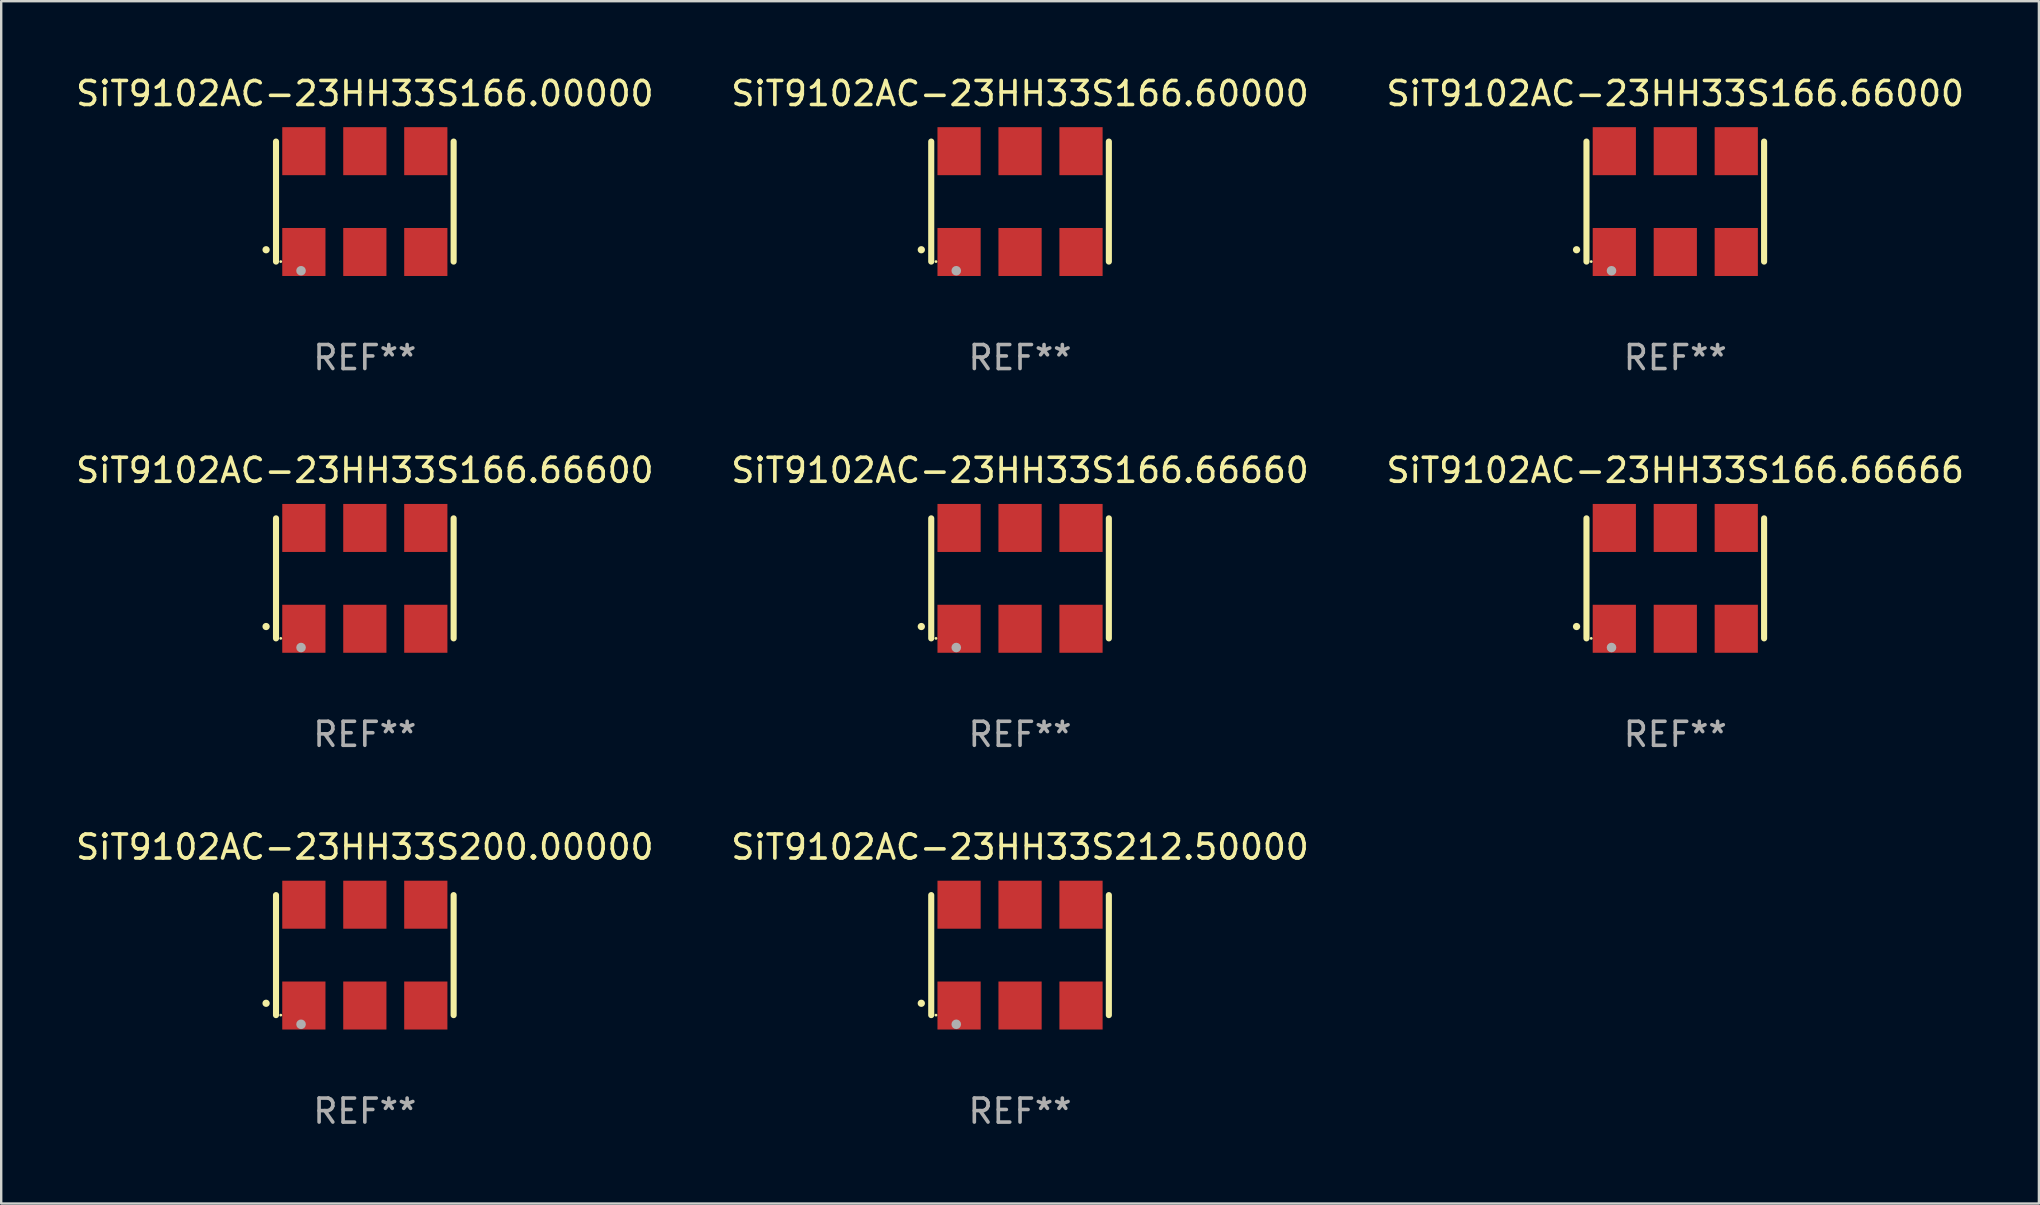
<source format=kicad_pcb>
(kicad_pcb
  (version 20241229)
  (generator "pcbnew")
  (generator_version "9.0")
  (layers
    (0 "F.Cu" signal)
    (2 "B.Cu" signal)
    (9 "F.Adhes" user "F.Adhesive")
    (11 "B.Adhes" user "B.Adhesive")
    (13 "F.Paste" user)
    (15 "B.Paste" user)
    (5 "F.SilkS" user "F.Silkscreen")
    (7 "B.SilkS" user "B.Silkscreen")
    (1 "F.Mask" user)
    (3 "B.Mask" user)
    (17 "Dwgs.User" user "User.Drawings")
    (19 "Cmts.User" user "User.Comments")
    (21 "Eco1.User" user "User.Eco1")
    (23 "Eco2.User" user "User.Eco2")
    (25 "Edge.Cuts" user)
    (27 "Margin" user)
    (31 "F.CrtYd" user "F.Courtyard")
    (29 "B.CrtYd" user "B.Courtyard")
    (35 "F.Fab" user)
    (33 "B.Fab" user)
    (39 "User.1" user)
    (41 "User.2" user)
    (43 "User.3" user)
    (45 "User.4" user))
  (footprint "SiT9102AC-23HH33S166.60000"
    (layer "F.Cu")
    (at 39.446 5.348)
    (property "Reference" "SiT9102AC-23HH33S166.60000" (at 0 -4.5 0) (layer "F.SilkS") (effects (font (size 1 1) (thickness 0.15))))
    (attr through_hole)
    (fp_line (start -3.7 -2.5) (end -3.7 2.5) (stroke (width 0.254) (type solid)) (layer "F.SilkS"))
    (fp_line (start 3.7 -2.5) (end 3.7 2.5) (stroke (width 0.254) (type solid)) (layer "F.SilkS"))
    (fp_arc (start -4.114415 2.006604) (mid -4.113145 2.006599) (end -4.111875 2.006604) (stroke (width 0.3) (type solid)) (layer "F.SilkS"))
    (fp_circle (center -3.502 2.5) (end -3.472 2.5) (stroke (width 0.06) (type solid)) (fill no) (layer "F.SilkS"))
    (fp_circle (center -2.657 2.882) (end -2.557 2.882) (stroke (width 0.2) (type solid)) (fill no) (layer "F.Fab"))
    (fp_text user "REF**" (at 0 6.5 0) (layer "F.Fab") (effects (font (size 1 1) (thickness 0.15))))
    (pad "1" smd rect (at -2.54 2.1) (size 1.8 2) (layers "F.Cu" "F.Mask" "F.Paste"))
    (pad "2" smd rect (at 0.000394 2.1) (size 1.8 2) (layers "F.Cu" "F.Mask" "F.Paste"))
    (pad "3" smd rect (at 2.54 2.1) (size 1.8 2) (layers "F.Cu" "F.Mask" "F.Paste"))
    (pad "4" smd rect (at 2.54 -2.1) (size 1.8 2) (layers "F.Cu" "F.Mask" "F.Paste"))
    (pad "5" smd rect (at 0.000394 -2.1) (size 1.8 2) (layers "F.Cu" "F.Mask" "F.Paste"))
    (pad "6" smd rect (at -2.54 -2.1) (size 1.8 2) (layers "F.Cu" "F.Mask" "F.Paste")))
  (footprint "SiT9102AC-23HH33S200.00000"
    (layer "F.Cu")
    (at 12.149 36.741)
    (property "Reference" "SiT9102AC-23HH33S200.00000" (at 0 -4.5 0) (layer "F.SilkS") (effects (font (size 1 1) (thickness 0.15))))
    (attr through_hole)
    (fp_line (start -3.7 -2.5) (end -3.7 2.5) (stroke (width 0.254) (type solid)) (layer "F.SilkS"))
    (fp_line (start 3.7 -2.5) (end 3.7 2.5) (stroke (width 0.254) (type solid)) (layer "F.SilkS"))
    (fp_arc (start -4.114415 2.006604) (mid -4.113145 2.006599) (end -4.111875 2.006604) (stroke (width 0.3) (type solid)) (layer "F.SilkS"))
    (fp_circle (center -3.502 2.5) (end -3.472 2.5) (stroke (width 0.06) (type solid)) (fill no) (layer "F.SilkS"))
    (fp_circle (center -2.657 2.882) (end -2.557 2.882) (stroke (width 0.2) (type solid)) (fill no) (layer "F.Fab"))
    (fp_text user "REF**" (at 0 6.5 0) (layer "F.Fab") (effects (font (size 1 1) (thickness 0.15))))
    (pad "1" smd rect (at -2.54 2.1) (size 1.8 2) (layers "F.Cu" "F.Mask" "F.Paste"))
    (pad "2" smd rect (at 0.000394 2.1) (size 1.8 2) (layers "F.Cu" "F.Mask" "F.Paste"))
    (pad "3" smd rect (at 2.54 2.1) (size 1.8 2) (layers "F.Cu" "F.Mask" "F.Paste"))
    (pad "4" smd rect (at 2.54 -2.1) (size 1.8 2) (layers "F.Cu" "F.Mask" "F.Paste"))
    (pad "5" smd rect (at 0.000394 -2.1) (size 1.8 2) (layers "F.Cu" "F.Mask" "F.Paste"))
    (pad "6" smd rect (at -2.54 -2.1) (size 1.8 2) (layers "F.Cu" "F.Mask" "F.Paste")))
  (footprint "SiT9102AC-23HH33S166.66666"
    (layer "F.Cu")
    (at 66.744 21.045)
    (property "Reference" "SiT9102AC-23HH33S166.66666" (at 0 -4.5 0) (layer "F.SilkS") (effects (font (size 1 1) (thickness 0.15))))
    (attr through_hole)
    (fp_line (start -3.7 -2.5) (end -3.7 2.5) (stroke (width 0.254) (type solid)) (layer "F.SilkS"))
    (fp_line (start 3.7 -2.5) (end 3.7 2.5) (stroke (width 0.254) (type solid)) (layer "F.SilkS"))
    (fp_arc (start -4.114415 2.006604) (mid -4.113145 2.006599) (end -4.111875 2.006604) (stroke (width 0.3) (type solid)) (layer "F.SilkS"))
    (fp_circle (center -3.502 2.5) (end -3.472 2.5) (stroke (width 0.06) (type solid)) (fill no) (layer "F.SilkS"))
    (fp_circle (center -2.657 2.882) (end -2.557 2.882) (stroke (width 0.2) (type solid)) (fill no) (layer "F.Fab"))
    (fp_text user "REF**" (at 0 6.5 0) (layer "F.Fab") (effects (font (size 1 1) (thickness 0.15))))
    (pad "1" smd rect (at -2.54 2.1) (size 1.8 2) (layers "F.Cu" "F.Mask" "F.Paste"))
    (pad "2" smd rect (at 0.000394 2.1) (size 1.8 2) (layers "F.Cu" "F.Mask" "F.Paste"))
    (pad "3" smd rect (at 2.54 2.1) (size 1.8 2) (layers "F.Cu" "F.Mask" "F.Paste"))
    (pad "4" smd rect (at 2.54 -2.1) (size 1.8 2) (layers "F.Cu" "F.Mask" "F.Paste"))
    (pad "5" smd rect (at 0.000394 -2.1) (size 1.8 2) (layers "F.Cu" "F.Mask" "F.Paste"))
    (pad "6" smd rect (at -2.54 -2.1) (size 1.8 2) (layers "F.Cu" "F.Mask" "F.Paste")))
  (footprint "SiT9102AC-23HH33S166.66000"
    (layer "F.Cu")
    (at 66.744 5.348)
    (property "Reference" "SiT9102AC-23HH33S166.66000" (at 0 -4.5 0) (layer "F.SilkS") (effects (font (size 1 1) (thickness 0.15))))
    (attr through_hole)
    (fp_line (start -3.7 -2.5) (end -3.7 2.5) (stroke (width 0.254) (type solid)) (layer "F.SilkS"))
    (fp_line (start 3.7 -2.5) (end 3.7 2.5) (stroke (width 0.254) (type solid)) (layer "F.SilkS"))
    (fp_arc (start -4.114415 2.006604) (mid -4.113145 2.006599) (end -4.111875 2.006604) (stroke (width 0.3) (type solid)) (layer "F.SilkS"))
    (fp_circle (center -3.502 2.5) (end -3.472 2.5) (stroke (width 0.06) (type solid)) (fill no) (layer "F.SilkS"))
    (fp_circle (center -2.657 2.882) (end -2.557 2.882) (stroke (width 0.2) (type solid)) (fill no) (layer "F.Fab"))
    (fp_text user "REF**" (at 0 6.5 0) (layer "F.Fab") (effects (font (size 1 1) (thickness 0.15))))
    (pad "1" smd rect (at -2.54 2.1) (size 1.8 2) (layers "F.Cu" "F.Mask" "F.Paste"))
    (pad "2" smd rect (at 0.000394 2.1) (size 1.8 2) (layers "F.Cu" "F.Mask" "F.Paste"))
    (pad "3" smd rect (at 2.54 2.1) (size 1.8 2) (layers "F.Cu" "F.Mask" "F.Paste"))
    (pad "4" smd rect (at 2.54 -2.1) (size 1.8 2) (layers "F.Cu" "F.Mask" "F.Paste"))
    (pad "5" smd rect (at 0.000394 -2.1) (size 1.8 2) (layers "F.Cu" "F.Mask" "F.Paste"))
    (pad "6" smd rect (at -2.54 -2.1) (size 1.8 2) (layers "F.Cu" "F.Mask" "F.Paste")))
  (footprint "SiT9102AC-23HH33S166.00000"
    (layer "F.Cu")
    (at 12.149 5.348)
    (property "Reference" "SiT9102AC-23HH33S166.00000" (at 0 -4.5 0) (layer "F.SilkS") (effects (font (size 1 1) (thickness 0.15))))
    (attr through_hole)
    (fp_line (start -3.7 -2.5) (end -3.7 2.5) (stroke (width 0.254) (type solid)) (layer "F.SilkS"))
    (fp_line (start 3.7 -2.5) (end 3.7 2.5) (stroke (width 0.254) (type solid)) (layer "F.SilkS"))
    (fp_arc (start -4.114415 2.006604) (mid -4.113145 2.006599) (end -4.111875 2.006604) (stroke (width 0.3) (type solid)) (layer "F.SilkS"))
    (fp_circle (center -3.502 2.5) (end -3.472 2.5) (stroke (width 0.06) (type solid)) (fill no) (layer "F.SilkS"))
    (fp_circle (center -2.657 2.882) (end -2.557 2.882) (stroke (width 0.2) (type solid)) (fill no) (layer "F.Fab"))
    (fp_text user "REF**" (at 0 6.5 0) (layer "F.Fab") (effects (font (size 1 1) (thickness 0.15))))
    (pad "1" smd rect (at -2.54 2.1) (size 1.8 2) (layers "F.Cu" "F.Mask" "F.Paste"))
    (pad "2" smd rect (at 0.000394 2.1) (size 1.8 2) (layers "F.Cu" "F.Mask" "F.Paste"))
    (pad "3" smd rect (at 2.54 2.1) (size 1.8 2) (layers "F.Cu" "F.Mask" "F.Paste"))
    (pad "4" smd rect (at 2.54 -2.1) (size 1.8 2) (layers "F.Cu" "F.Mask" "F.Paste"))
    (pad "5" smd rect (at 0.000394 -2.1) (size 1.8 2) (layers "F.Cu" "F.Mask" "F.Paste"))
    (pad "6" smd rect (at -2.54 -2.1) (size 1.8 2) (layers "F.Cu" "F.Mask" "F.Paste")))
  (footprint "SiT9102AC-23HH33S212.50000"
    (layer "F.Cu")
    (at 39.446 36.741)
    (property "Reference" "SiT9102AC-23HH33S212.50000" (at 0 -4.5 0) (layer "F.SilkS") (effects (font (size 1 1) (thickness 0.15))))
    (attr through_hole)
    (fp_line (start -3.7 -2.5) (end -3.7 2.5) (stroke (width 0.254) (type solid)) (layer "F.SilkS"))
    (fp_line (start 3.7 -2.5) (end 3.7 2.5) (stroke (width 0.254) (type solid)) (layer "F.SilkS"))
    (fp_arc (start -4.114415 2.006604) (mid -4.113145 2.006599) (end -4.111875 2.006604) (stroke (width 0.3) (type solid)) (layer "F.SilkS"))
    (fp_circle (center -3.502 2.5) (end -3.472 2.5) (stroke (width 0.06) (type solid)) (fill no) (layer "F.SilkS"))
    (fp_circle (center -2.657 2.882) (end -2.557 2.882) (stroke (width 0.2) (type solid)) (fill no) (layer "F.Fab"))
    (fp_text user "REF**" (at 0 6.5 0) (layer "F.Fab") (effects (font (size 1 1) (thickness 0.15))))
    (pad "1" smd rect (at -2.54 2.1) (size 1.8 2) (layers "F.Cu" "F.Mask" "F.Paste"))
    (pad "2" smd rect (at 0.000394 2.1) (size 1.8 2) (layers "F.Cu" "F.Mask" "F.Paste"))
    (pad "3" smd rect (at 2.54 2.1) (size 1.8 2) (layers "F.Cu" "F.Mask" "F.Paste"))
    (pad "4" smd rect (at 2.54 -2.1) (size 1.8 2) (layers "F.Cu" "F.Mask" "F.Paste"))
    (pad "5" smd rect (at 0.000394 -2.1) (size 1.8 2) (layers "F.Cu" "F.Mask" "F.Paste"))
    (pad "6" smd rect (at -2.54 -2.1) (size 1.8 2) (layers "F.Cu" "F.Mask" "F.Paste")))
  (footprint "SiT9102AC-23HH33S166.66600"
    (layer "F.Cu")
    (at 12.149 21.045)
    (property "Reference" "SiT9102AC-23HH33S166.66600" (at 0 -4.5 0) (layer "F.SilkS") (effects (font (size 1 1) (thickness 0.15))))
    (attr through_hole)
    (fp_line (start -3.7 -2.5) (end -3.7 2.5) (stroke (width 0.254) (type solid)) (layer "F.SilkS"))
    (fp_line (start 3.7 -2.5) (end 3.7 2.5) (stroke (width 0.254) (type solid)) (layer "F.SilkS"))
    (fp_arc (start -4.114415 2.006604) (mid -4.113145 2.006599) (end -4.111875 2.006604) (stroke (width 0.3) (type solid)) (layer "F.SilkS"))
    (fp_circle (center -3.502 2.5) (end -3.472 2.5) (stroke (width 0.06) (type solid)) (fill no) (layer "F.SilkS"))
    (fp_circle (center -2.657 2.882) (end -2.557 2.882) (stroke (width 0.2) (type solid)) (fill no) (layer "F.Fab"))
    (fp_text user "REF**" (at 0 6.5 0) (layer "F.Fab") (effects (font (size 1 1) (thickness 0.15))))
    (pad "1" smd rect (at -2.54 2.1) (size 1.8 2) (layers "F.Cu" "F.Mask" "F.Paste"))
    (pad "2" smd rect (at 0.000394 2.1) (size 1.8 2) (layers "F.Cu" "F.Mask" "F.Paste"))
    (pad "3" smd rect (at 2.54 2.1) (size 1.8 2) (layers "F.Cu" "F.Mask" "F.Paste"))
    (pad "4" smd rect (at 2.54 -2.1) (size 1.8 2) (layers "F.Cu" "F.Mask" "F.Paste"))
    (pad "5" smd rect (at 0.000394 -2.1) (size 1.8 2) (layers "F.Cu" "F.Mask" "F.Paste"))
    (pad "6" smd rect (at -2.54 -2.1) (size 1.8 2) (layers "F.Cu" "F.Mask" "F.Paste")))
  (footprint "SiT9102AC-23HH33S166.66660"
    (layer "F.Cu")
    (at 39.446 21.045)
    (property "Reference" "SiT9102AC-23HH33S166.66660" (at 0 -4.5 0) (layer "F.SilkS") (effects (font (size 1 1) (thickness 0.15))))
    (attr through_hole)
    (fp_line (start -3.7 -2.5) (end -3.7 2.5) (stroke (width 0.254) (type solid)) (layer "F.SilkS"))
    (fp_line (start 3.7 -2.5) (end 3.7 2.5) (stroke (width 0.254) (type solid)) (layer "F.SilkS"))
    (fp_arc (start -4.114415 2.006604) (mid -4.113145 2.006599) (end -4.111875 2.006604) (stroke (width 0.3) (type solid)) (layer "F.SilkS"))
    (fp_circle (center -3.502 2.5) (end -3.472 2.5) (stroke (width 0.06) (type solid)) (fill no) (layer "F.SilkS"))
    (fp_circle (center -2.657 2.882) (end -2.557 2.882) (stroke (width 0.2) (type solid)) (fill no) (layer "F.Fab"))
    (fp_text user "REF**" (at 0 6.5 0) (layer "F.Fab") (effects (font (size 1 1) (thickness 0.15))))
    (pad "1" smd rect (at -2.54 2.1) (size 1.8 2) (layers "F.Cu" "F.Mask" "F.Paste"))
    (pad "2" smd rect (at 0.000394 2.1) (size 1.8 2) (layers "F.Cu" "F.Mask" "F.Paste"))
    (pad "3" smd rect (at 2.54 2.1) (size 1.8 2) (layers "F.Cu" "F.Mask" "F.Paste"))
    (pad "4" smd rect (at 2.54 -2.1) (size 1.8 2) (layers "F.Cu" "F.Mask" "F.Paste"))
    (pad "5" smd rect (at 0.000394 -2.1) (size 1.8 2) (layers "F.Cu" "F.Mask" "F.Paste"))
    (pad "6" smd rect (at -2.54 -2.1) (size 1.8 2) (layers "F.Cu" "F.Mask" "F.Paste")))
  (gr_rect
    (start -3 -3)
    (end 81.893 47.09)
    (stroke (width 0.1) (type default))
    (fill no)
    (layer "Edge.Cuts")))
</source>
